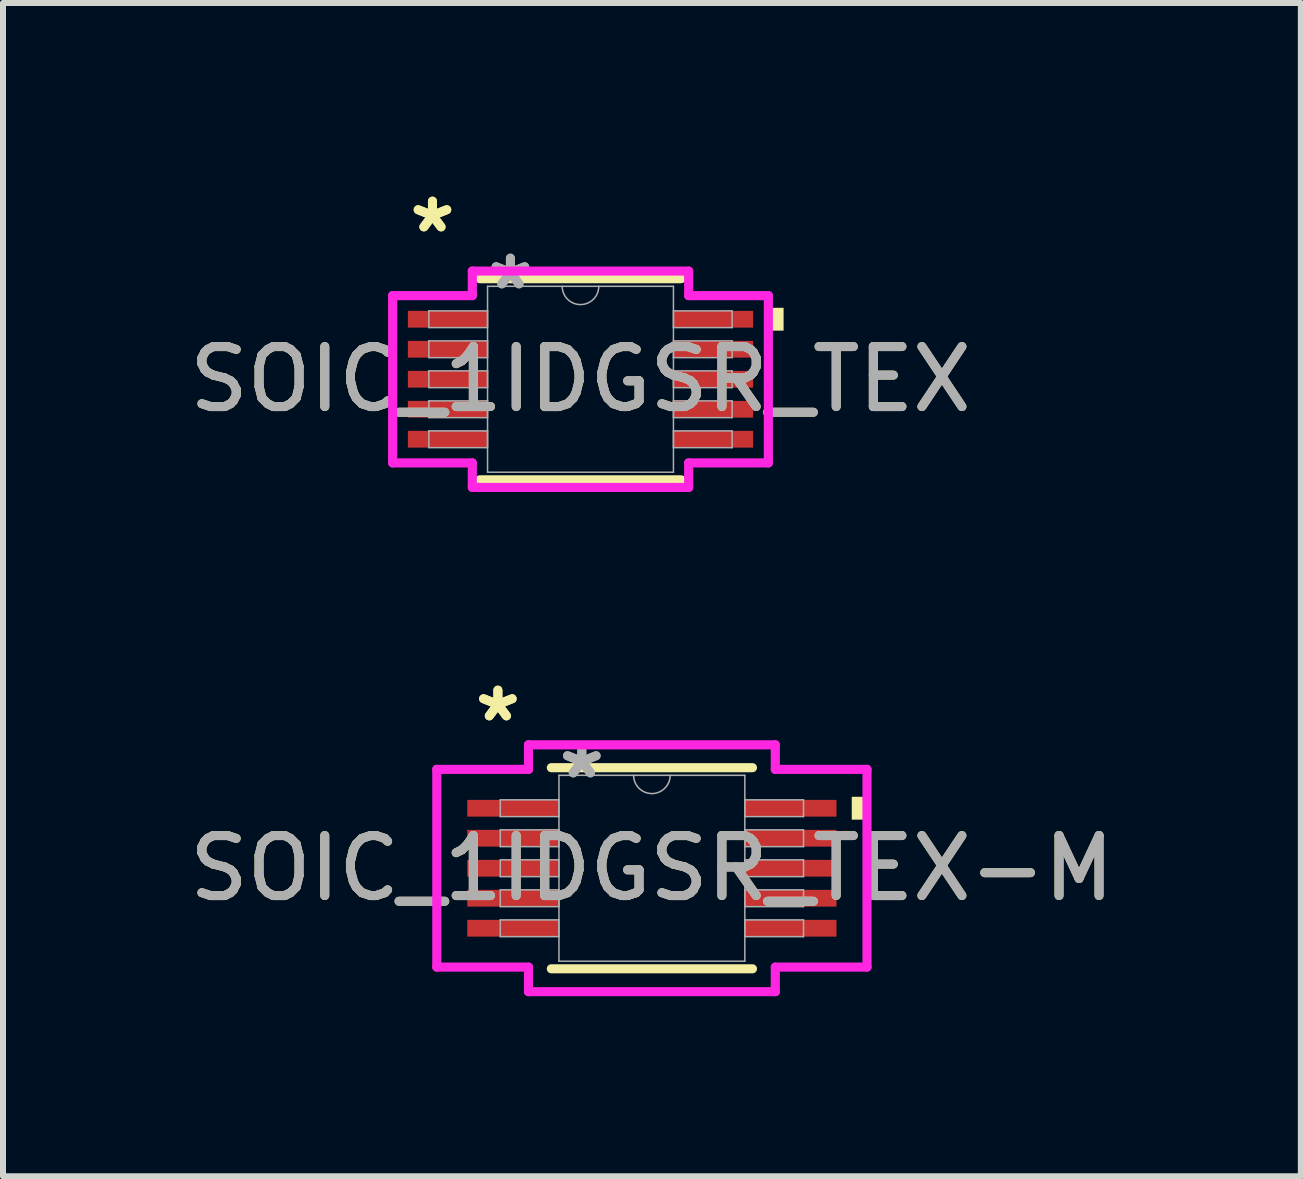
<source format=kicad_pcb>
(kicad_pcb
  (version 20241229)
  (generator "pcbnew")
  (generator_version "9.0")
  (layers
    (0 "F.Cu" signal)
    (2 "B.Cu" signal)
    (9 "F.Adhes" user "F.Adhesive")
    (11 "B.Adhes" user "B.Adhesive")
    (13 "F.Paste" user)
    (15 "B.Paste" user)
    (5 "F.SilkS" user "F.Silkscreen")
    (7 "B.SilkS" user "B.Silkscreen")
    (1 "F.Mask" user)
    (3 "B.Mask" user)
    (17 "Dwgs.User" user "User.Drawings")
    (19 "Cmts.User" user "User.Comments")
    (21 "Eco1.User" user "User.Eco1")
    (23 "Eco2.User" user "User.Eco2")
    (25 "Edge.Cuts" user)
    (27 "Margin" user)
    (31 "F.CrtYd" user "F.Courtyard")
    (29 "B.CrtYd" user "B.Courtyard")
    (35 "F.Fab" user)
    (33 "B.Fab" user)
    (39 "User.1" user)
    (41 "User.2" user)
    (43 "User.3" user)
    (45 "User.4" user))
  (footprint "SOIC_1IDGSR_TEX-M"
    (layer "F.Cu")
    (at 7.815 11.421)
    (property "Reference" "SOIC_1IDGSR_TEX-M" (at 0 0 0) (unlocked yes) (layer "F.SilkS") (effects (font (size 1 1) (thickness 0.15))))
    (attr smd)
    (fp_line (start -1.676 1.676) (end 1.676 1.676) (stroke (width 0.152) (type solid)) (layer "F.SilkS"))
    (fp_line (start 1.676 -1.676) (end -1.676 -1.676) (stroke (width 0.152) (type solid)) (layer "F.SilkS"))
    (fp_poly (pts (xy 3.585 -1.191) (xy 3.585 -0.81) (xy 3.331 -0.81) (xy 3.331 -1.191)) (stroke (width 0) (type solid)) (fill yes) (layer "F.SilkS"))
    (fp_line (start -3.585 -1.648) (end -2.057 -1.648) (stroke (width 0.152) (type solid)) (layer "F.CrtYd"))
    (fp_line (start -3.585 1.648) (end -3.585 -1.648) (stroke (width 0.152) (type solid)) (layer "F.CrtYd"))
    (fp_line (start -3.585 1.648) (end -2.057 1.648) (stroke (width 0.152) (type solid)) (layer "F.CrtYd"))
    (fp_line (start -2.057 -2.057) (end 2.057 -2.057) (stroke (width 0.152) (type solid)) (layer "F.CrtYd"))
    (fp_line (start -2.057 -1.648) (end -2.057 -2.057) (stroke (width 0.152) (type solid)) (layer "F.CrtYd"))
    (fp_line (start -2.057 2.057) (end -2.057 1.648) (stroke (width 0.152) (type solid)) (layer "F.CrtYd"))
    (fp_line (start 2.057 -2.057) (end 2.057 -1.648) (stroke (width 0.152) (type solid)) (layer "F.CrtYd"))
    (fp_line (start 2.057 1.648) (end 2.057 2.057) (stroke (width 0.152) (type solid)) (layer "F.CrtYd"))
    (fp_line (start 2.057 2.057) (end -2.057 2.057) (stroke (width 0.152) (type solid)) (layer "F.CrtYd"))
    (fp_line (start 3.585 -1.648) (end 2.057 -1.648) (stroke (width 0.152) (type solid)) (layer "F.CrtYd"))
    (fp_line (start 3.585 -1.648) (end 3.585 1.648) (stroke (width 0.152) (type solid)) (layer "F.CrtYd"))
    (fp_line (start 3.585 1.648) (end 2.057 1.648) (stroke (width 0.152) (type solid)) (layer "F.CrtYd"))
    (fp_line (start -2.527 -1.14) (end -2.527 -0.861) (stroke (width 0.025) (type solid)) (layer "F.Fab"))
    (fp_line (start -2.527 -0.861) (end -1.549 -0.861) (stroke (width 0.025) (type solid)) (layer "F.Fab"))
    (fp_line (start -2.527 -0.64) (end -2.527 -0.36) (stroke (width 0.025) (type solid)) (layer "F.Fab"))
    (fp_line (start -2.527 -0.36) (end -1.549 -0.36) (stroke (width 0.025) (type solid)) (layer "F.Fab"))
    (fp_line (start -2.527 -0.14) (end -2.527 0.14) (stroke (width 0.025) (type solid)) (layer "F.Fab"))
    (fp_line (start -2.527 0.14) (end -1.549 0.14) (stroke (width 0.025) (type solid)) (layer "F.Fab"))
    (fp_line (start -2.527 0.36) (end -2.527 0.64) (stroke (width 0.025) (type solid)) (layer "F.Fab"))
    (fp_line (start -2.527 0.64) (end -1.549 0.64) (stroke (width 0.025) (type solid)) (layer "F.Fab"))
    (fp_line (start -2.527 0.861) (end -2.527 1.14) (stroke (width 0.025) (type solid)) (layer "F.Fab"))
    (fp_line (start -2.527 1.14) (end -1.549 1.14) (stroke (width 0.025) (type solid)) (layer "F.Fab"))
    (fp_line (start -1.549 -1.549) (end -1.549 1.549) (stroke (width 0.025) (type solid)) (layer "F.Fab"))
    (fp_line (start -1.549 -1.14) (end -2.527 -1.14) (stroke (width 0.025) (type solid)) (layer "F.Fab"))
    (fp_line (start -1.549 -0.861) (end -1.549 -1.14) (stroke (width 0.025) (type solid)) (layer "F.Fab"))
    (fp_line (start -1.549 -0.64) (end -2.527 -0.64) (stroke (width 0.025) (type solid)) (layer "F.Fab"))
    (fp_line (start -1.549 -0.36) (end -1.549 -0.64) (stroke (width 0.025) (type solid)) (layer "F.Fab"))
    (fp_line (start -1.549 -0.14) (end -2.527 -0.14) (stroke (width 0.025) (type solid)) (layer "F.Fab"))
    (fp_line (start -1.549 0.14) (end -1.549 -0.14) (stroke (width 0.025) (type solid)) (layer "F.Fab"))
    (fp_line (start -1.549 0.36) (end -2.527 0.36) (stroke (width 0.025) (type solid)) (layer "F.Fab"))
    (fp_line (start -1.549 0.64) (end -1.549 0.36) (stroke (width 0.025) (type solid)) (layer "F.Fab"))
    (fp_line (start -1.549 0.861) (end -2.527 0.861) (stroke (width 0.025) (type solid)) (layer "F.Fab"))
    (fp_line (start -1.549 1.14) (end -1.549 0.861) (stroke (width 0.025) (type solid)) (layer "F.Fab"))
    (fp_line (start -1.549 1.549) (end 1.549 1.549) (stroke (width 0.025) (type solid)) (layer "F.Fab"))
    (fp_line (start 1.549 -1.549) (end -1.549 -1.549) (stroke (width 0.025) (type solid)) (layer "F.Fab"))
    (fp_line (start 1.549 -1.14) (end 1.549 -0.861) (stroke (width 0.025) (type solid)) (layer "F.Fab"))
    (fp_line (start 1.549 -0.861) (end 2.527 -0.861) (stroke (width 0.025) (type solid)) (layer "F.Fab"))
    (fp_line (start 1.549 -0.64) (end 1.549 -0.36) (stroke (width 0.025) (type solid)) (layer "F.Fab"))
    (fp_line (start 1.549 -0.36) (end 2.527 -0.36) (stroke (width 0.025) (type solid)) (layer "F.Fab"))
    (fp_line (start 1.549 -0.14) (end 1.549 0.14) (stroke (width 0.025) (type solid)) (layer "F.Fab"))
    (fp_line (start 1.549 0.14) (end 2.527 0.14) (stroke (width 0.025) (type solid)) (layer "F.Fab"))
    (fp_line (start 1.549 0.36) (end 1.549 0.64) (stroke (width 0.025) (type solid)) (layer "F.Fab"))
    (fp_line (start 1.549 0.64) (end 2.527 0.64) (stroke (width 0.025) (type solid)) (layer "F.Fab"))
    (fp_line (start 1.549 0.861) (end 1.549 1.14) (stroke (width 0.025) (type solid)) (layer "F.Fab"))
    (fp_line (start 1.549 1.14) (end 2.527 1.14) (stroke (width 0.025) (type solid)) (layer "F.Fab"))
    (fp_line (start 1.549 1.549) (end 1.549 -1.549) (stroke (width 0.025) (type solid)) (layer "F.Fab"))
    (fp_line (start 2.527 -1.14) (end 1.549 -1.14) (stroke (width 0.025) (type solid)) (layer "F.Fab"))
    (fp_line (start 2.527 -0.861) (end 2.527 -1.14) (stroke (width 0.025) (type solid)) (layer "F.Fab"))
    (fp_line (start 2.527 -0.64) (end 1.549 -0.64) (stroke (width 0.025) (type solid)) (layer "F.Fab"))
    (fp_line (start 2.527 -0.36) (end 2.527 -0.64) (stroke (width 0.025) (type solid)) (layer "F.Fab"))
    (fp_line (start 2.527 -0.14) (end 1.549 -0.14) (stroke (width 0.025) (type solid)) (layer "F.Fab"))
    (fp_line (start 2.527 0.14) (end 2.527 -0.14) (stroke (width 0.025) (type solid)) (layer "F.Fab"))
    (fp_line (start 2.527 0.36) (end 1.549 0.36) (stroke (width 0.025) (type solid)) (layer "F.Fab"))
    (fp_line (start 2.527 0.64) (end 2.527 0.36) (stroke (width 0.025) (type solid)) (layer "F.Fab"))
    (fp_line (start 2.527 0.861) (end 1.549 0.861) (stroke (width 0.025) (type solid)) (layer "F.Fab"))
    (fp_line (start 2.527 1.14) (end 2.527 0.861) (stroke (width 0.025) (type solid)) (layer "F.Fab"))
    (fp_arc (start 0.3048 -1.5494) (mid 0 -1.2446) (end -0.3048 -1.5494) (stroke (width 0.0254) (type solid)) (layer "F.Fab"))
    (fp_text user "*" (at -2.567 -2.423 0) (layer "F.SilkS") (effects (font (size 1 1) (thickness 0.15))))
    (fp_text user "*" (at -2.567 -2.423 0) (unlocked yes) (layer "F.SilkS") (effects (font (size 1 1) (thickness 0.15))))
    (fp_text user "*" (at -1.168 -1.473 0) (layer "F.Fab") (effects (font (size 1 1) (thickness 0.15))))
    (fp_text user "${REFERENCE}" (at 0 0 0) (unlocked yes) (layer "F.Fab") (effects (font (size 1 1) (thickness 0.15))))
    (fp_text user "*" (at -1.168 -1.473 0) (unlocked yes) (layer "F.Fab") (effects (font (size 1 1) (thickness 0.15))))
    (pad "1" smd rect (at -2.313 -1) (size 1.528 0.279) (layers "F.Cu" "F.Mask" "F.Paste"))
    (pad "2" smd rect (at -2.313 -0.5) (size 1.528 0.279) (layers "F.Cu" "F.Mask" "F.Paste"))
    (pad "3" smd rect (at -2.313 0) (size 1.528 0.279) (layers "F.Cu" "F.Mask" "F.Paste"))
    (pad "4" smd rect (at -2.313 0.5) (size 1.528 0.279) (layers "F.Cu" "F.Mask" "F.Paste"))
    (pad "5" smd rect (at -2.313 1) (size 1.528 0.279) (layers "F.Cu" "F.Mask" "F.Paste"))
    (pad "6" smd rect (at 2.313 1) (size 1.528 0.279) (layers "F.Cu" "F.Mask" "F.Paste"))
    (pad "7" smd rect (at 2.313 0.5) (size 1.528 0.279) (layers "F.Cu" "F.Mask" "F.Paste"))
    (pad "8" smd rect (at 2.313 0) (size 1.528 0.279) (layers "F.Cu" "F.Mask" "F.Paste"))
    (pad "9" smd rect (at 2.313 -0.5) (size 1.528 0.279) (layers "F.Cu" "F.Mask" "F.Paste"))
    (pad "10" smd rect (at 2.313 -1) (size 1.528 0.279) (layers "F.Cu" "F.Mask" "F.Paste")))
  (footprint "SOIC_1IDGSR_TEX"
    (layer "F.Cu")
    (at 6.625 3.271)
    (property "Reference" "SOIC_1IDGSR_TEX" (at 0 0 0) (unlocked yes) (layer "F.SilkS") (effects (font (size 1 1) (thickness 0.15))))
    (attr smd)
    (fp_line (start -1.676 1.676) (end 1.676 1.676) (stroke (width 0.152) (type solid)) (layer "F.SilkS"))
    (fp_line (start 1.676 -1.676) (end -1.676 -1.676) (stroke (width 0.152) (type solid)) (layer "F.SilkS"))
    (fp_poly (pts (xy 3.385 -1.191) (xy 3.385 -0.81) (xy 3.131 -0.81) (xy 3.131 -1.191)) (stroke (width 0) (type solid)) (fill yes) (layer "F.SilkS"))
    (fp_line (start -3.131 -1.394) (end -1.803 -1.394) (stroke (width 0.152) (type solid)) (layer "F.CrtYd"))
    (fp_line (start -3.131 1.394) (end -3.131 -1.394) (stroke (width 0.152) (type solid)) (layer "F.CrtYd"))
    (fp_line (start -3.131 1.394) (end -1.803 1.394) (stroke (width 0.152) (type solid)) (layer "F.CrtYd"))
    (fp_line (start -1.803 -1.803) (end 1.803 -1.803) (stroke (width 0.152) (type solid)) (layer "F.CrtYd"))
    (fp_line (start -1.803 -1.394) (end -1.803 -1.803) (stroke (width 0.152) (type solid)) (layer "F.CrtYd"))
    (fp_line (start -1.803 1.803) (end -1.803 1.394) (stroke (width 0.152) (type solid)) (layer "F.CrtYd"))
    (fp_line (start 1.803 -1.803) (end 1.803 -1.394) (stroke (width 0.152) (type solid)) (layer "F.CrtYd"))
    (fp_line (start 1.803 1.394) (end 1.803 1.803) (stroke (width 0.152) (type solid)) (layer "F.CrtYd"))
    (fp_line (start 1.803 1.803) (end -1.803 1.803) (stroke (width 0.152) (type solid)) (layer "F.CrtYd"))
    (fp_line (start 3.131 -1.394) (end 1.803 -1.394) (stroke (width 0.152) (type solid)) (layer "F.CrtYd"))
    (fp_line (start 3.131 -1.394) (end 3.131 1.394) (stroke (width 0.152) (type solid)) (layer "F.CrtYd"))
    (fp_line (start 3.131 1.394) (end 1.803 1.394) (stroke (width 0.152) (type solid)) (layer "F.CrtYd"))
    (fp_line (start -2.527 -1.14) (end -2.527 -0.861) (stroke (width 0.025) (type solid)) (layer "F.Fab"))
    (fp_line (start -2.527 -0.861) (end -1.549 -0.861) (stroke (width 0.025) (type solid)) (layer "F.Fab"))
    (fp_line (start -2.527 -0.64) (end -2.527 -0.36) (stroke (width 0.025) (type solid)) (layer "F.Fab"))
    (fp_line (start -2.527 -0.36) (end -1.549 -0.36) (stroke (width 0.025) (type solid)) (layer "F.Fab"))
    (fp_line (start -2.527 -0.14) (end -2.527 0.14) (stroke (width 0.025) (type solid)) (layer "F.Fab"))
    (fp_line (start -2.527 0.14) (end -1.549 0.14) (stroke (width 0.025) (type solid)) (layer "F.Fab"))
    (fp_line (start -2.527 0.36) (end -2.527 0.64) (stroke (width 0.025) (type solid)) (layer "F.Fab"))
    (fp_line (start -2.527 0.64) (end -1.549 0.64) (stroke (width 0.025) (type solid)) (layer "F.Fab"))
    (fp_line (start -2.527 0.861) (end -2.527 1.14) (stroke (width 0.025) (type solid)) (layer "F.Fab"))
    (fp_line (start -2.527 1.14) (end -1.549 1.14) (stroke (width 0.025) (type solid)) (layer "F.Fab"))
    (fp_line (start -1.549 -1.549) (end -1.549 1.549) (stroke (width 0.025) (type solid)) (layer "F.Fab"))
    (fp_line (start -1.549 -1.14) (end -2.527 -1.14) (stroke (width 0.025) (type solid)) (layer "F.Fab"))
    (fp_line (start -1.549 -0.861) (end -1.549 -1.14) (stroke (width 0.025) (type solid)) (layer "F.Fab"))
    (fp_line (start -1.549 -0.64) (end -2.527 -0.64) (stroke (width 0.025) (type solid)) (layer "F.Fab"))
    (fp_line (start -1.549 -0.36) (end -1.549 -0.64) (stroke (width 0.025) (type solid)) (layer "F.Fab"))
    (fp_line (start -1.549 -0.14) (end -2.527 -0.14) (stroke (width 0.025) (type solid)) (layer "F.Fab"))
    (fp_line (start -1.549 0.14) (end -1.549 -0.14) (stroke (width 0.025) (type solid)) (layer "F.Fab"))
    (fp_line (start -1.549 0.36) (end -2.527 0.36) (stroke (width 0.025) (type solid)) (layer "F.Fab"))
    (fp_line (start -1.549 0.64) (end -1.549 0.36) (stroke (width 0.025) (type solid)) (layer "F.Fab"))
    (fp_line (start -1.549 0.861) (end -2.527 0.861) (stroke (width 0.025) (type solid)) (layer "F.Fab"))
    (fp_line (start -1.549 1.14) (end -1.549 0.861) (stroke (width 0.025) (type solid)) (layer "F.Fab"))
    (fp_line (start -1.549 1.549) (end 1.549 1.549) (stroke (width 0.025) (type solid)) (layer "F.Fab"))
    (fp_line (start 1.549 -1.549) (end -1.549 -1.549) (stroke (width 0.025) (type solid)) (layer "F.Fab"))
    (fp_line (start 1.549 -1.14) (end 1.549 -0.861) (stroke (width 0.025) (type solid)) (layer "F.Fab"))
    (fp_line (start 1.549 -0.861) (end 2.527 -0.861) (stroke (width 0.025) (type solid)) (layer "F.Fab"))
    (fp_line (start 1.549 -0.64) (end 1.549 -0.36) (stroke (width 0.025) (type solid)) (layer "F.Fab"))
    (fp_line (start 1.549 -0.36) (end 2.527 -0.36) (stroke (width 0.025) (type solid)) (layer "F.Fab"))
    (fp_line (start 1.549 -0.14) (end 1.549 0.14) (stroke (width 0.025) (type solid)) (layer "F.Fab"))
    (fp_line (start 1.549 0.14) (end 2.527 0.14) (stroke (width 0.025) (type solid)) (layer "F.Fab"))
    (fp_line (start 1.549 0.36) (end 1.549 0.64) (stroke (width 0.025) (type solid)) (layer "F.Fab"))
    (fp_line (start 1.549 0.64) (end 2.527 0.64) (stroke (width 0.025) (type solid)) (layer "F.Fab"))
    (fp_line (start 1.549 0.861) (end 1.549 1.14) (stroke (width 0.025) (type solid)) (layer "F.Fab"))
    (fp_line (start 1.549 1.14) (end 2.527 1.14) (stroke (width 0.025) (type solid)) (layer "F.Fab"))
    (fp_line (start 1.549 1.549) (end 1.549 -1.549) (stroke (width 0.025) (type solid)) (layer "F.Fab"))
    (fp_line (start 2.527 -1.14) (end 1.549 -1.14) (stroke (width 0.025) (type solid)) (layer "F.Fab"))
    (fp_line (start 2.527 -0.861) (end 2.527 -1.14) (stroke (width 0.025) (type solid)) (layer "F.Fab"))
    (fp_line (start 2.527 -0.64) (end 1.549 -0.64) (stroke (width 0.025) (type solid)) (layer "F.Fab"))
    (fp_line (start 2.527 -0.36) (end 2.527 -0.64) (stroke (width 0.025) (type solid)) (layer "F.Fab"))
    (fp_line (start 2.527 -0.14) (end 1.549 -0.14) (stroke (width 0.025) (type solid)) (layer "F.Fab"))
    (fp_line (start 2.527 0.14) (end 2.527 -0.14) (stroke (width 0.025) (type solid)) (layer "F.Fab"))
    (fp_line (start 2.527 0.36) (end 1.549 0.36) (stroke (width 0.025) (type solid)) (layer "F.Fab"))
    (fp_line (start 2.527 0.64) (end 2.527 0.36) (stroke (width 0.025) (type solid)) (layer "F.Fab"))
    (fp_line (start 2.527 0.861) (end 1.549 0.861) (stroke (width 0.025) (type solid)) (layer "F.Fab"))
    (fp_line (start 2.527 1.14) (end 2.527 0.861) (stroke (width 0.025) (type solid)) (layer "F.Fab"))
    (fp_arc (start 0.3048 -1.5494) (mid 0 -1.2446) (end -0.3048 -1.5494) (stroke (width 0.0254) (type solid)) (layer "F.Fab"))
    (fp_text user "*" (at -2.467 -2.423 0) (unlocked yes) (layer "F.SilkS") (effects (font (size 1 1) (thickness 0.15))))
    (fp_text user "*" (at -2.467 -2.423 0) (layer "F.SilkS") (effects (font (size 1 1) (thickness 0.15))))
    (fp_text user "*" (at -1.168 -1.473 0) (unlocked yes) (layer "F.Fab") (effects (font (size 1 1) (thickness 0.15))))
    (fp_text user "${REFERENCE}" (at 0 0 0) (unlocked yes) (layer "F.Fab") (effects (font (size 1 1) (thickness 0.15))))
    (fp_text user "*" (at -1.168 -1.473 0) (layer "F.Fab") (effects (font (size 1 1) (thickness 0.15))))
    (pad "1" smd rect (at -2.213 -1) (size 1.328 0.279) (layers "F.Cu" "F.Mask" "F.Paste"))
    (pad "2" smd rect (at -2.213 -0.5) (size 1.328 0.279) (layers "F.Cu" "F.Mask" "F.Paste"))
    (pad "3" smd rect (at -2.213 0) (size 1.328 0.279) (layers "F.Cu" "F.Mask" "F.Paste"))
    (pad "4" smd rect (at -2.213 0.5) (size 1.328 0.279) (layers "F.Cu" "F.Mask" "F.Paste"))
    (pad "5" smd rect (at -2.213 1) (size 1.328 0.279) (layers "F.Cu" "F.Mask" "F.Paste"))
    (pad "6" smd rect (at 2.213 1) (size 1.328 0.279) (layers "F.Cu" "F.Mask" "F.Paste"))
    (pad "7" smd rect (at 2.213 0.5) (size 1.328 0.279) (layers "F.Cu" "F.Mask" "F.Paste"))
    (pad "8" smd rect (at 2.213 0) (size 1.328 0.279) (layers "F.Cu" "F.Mask" "F.Paste"))
    (pad "9" smd rect (at 2.213 -0.5) (size 1.328 0.279) (layers "F.Cu" "F.Mask" "F.Paste"))
    (pad "10" smd rect (at 2.213 -1) (size 1.328 0.279) (layers "F.Cu" "F.Mask" "F.Paste")))
  (gr_rect
    (start -3 -3)
    (end 18.631 16.555)
    (stroke (width 0.1) (type default))
    (fill no)
    (layer "Edge.Cuts")))
</source>
